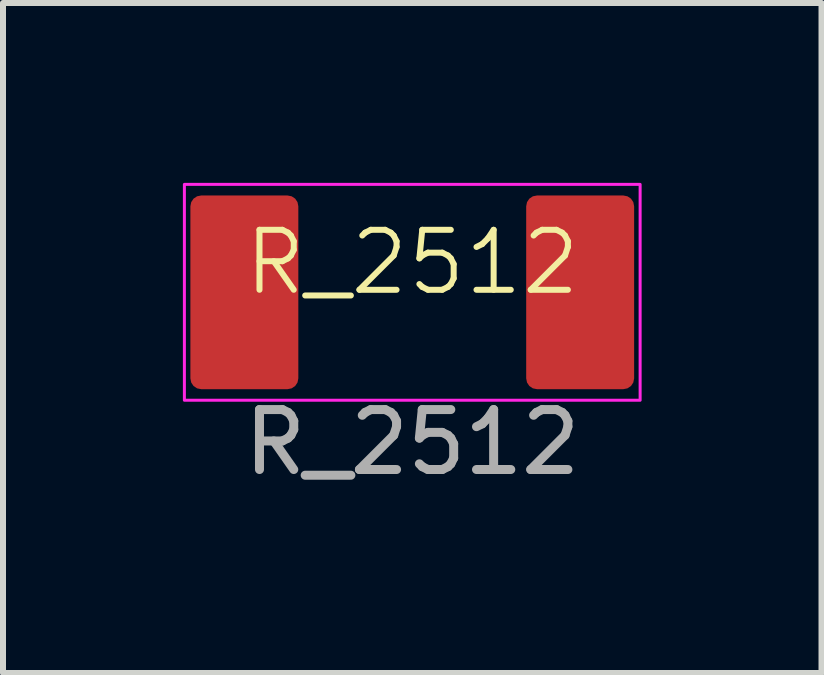
<source format=kicad_pcb>
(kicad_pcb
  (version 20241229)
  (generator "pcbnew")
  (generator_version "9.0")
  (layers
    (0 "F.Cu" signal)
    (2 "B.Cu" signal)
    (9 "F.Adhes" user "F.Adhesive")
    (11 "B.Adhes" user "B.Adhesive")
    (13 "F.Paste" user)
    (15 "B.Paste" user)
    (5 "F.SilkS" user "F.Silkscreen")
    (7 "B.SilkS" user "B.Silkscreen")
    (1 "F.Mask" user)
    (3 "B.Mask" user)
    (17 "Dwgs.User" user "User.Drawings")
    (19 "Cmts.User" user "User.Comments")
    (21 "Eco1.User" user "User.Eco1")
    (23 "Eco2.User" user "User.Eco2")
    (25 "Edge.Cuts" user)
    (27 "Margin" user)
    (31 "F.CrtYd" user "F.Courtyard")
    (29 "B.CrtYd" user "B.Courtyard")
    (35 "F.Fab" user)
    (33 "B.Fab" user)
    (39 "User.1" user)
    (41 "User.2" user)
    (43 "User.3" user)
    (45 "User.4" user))
  (footprint "R_2512"
    (layer "F.Cu")
    (at 3.825 1.825)
    (property "Reference" "R_2512" (at 0 -0.5 0) (unlocked yes) (layer "F.SilkS") (effects (font (size 1 1) (thickness 0.1))))
    (attr smd)
    (fp_rect (start -3.8 -1.8) (end 3.8 1.8) (stroke (width 0.05) (type default)) (fill no) (layer "F.CrtYd"))
    (fp_text user "${REFERENCE}" (at 0 2.5 0) (unlocked yes) (layer "F.Fab") (effects (font (size 1 1) (thickness 0.15))))
    (pad "1" smd roundrect (at -2.8 0) (size 1.8 3.23) (layers "F.Cu" "F.Mask" "F.Paste") (roundrect_rratio 0.1))
    (pad "2" smd roundrect (at 2.8 0) (size 1.8 3.23) (layers "F.Cu" "F.Mask" "F.Paste") (roundrect_rratio 0.1)))
  (gr_rect
    (start -3 -3)
    (end 10.65 8.173)
    (stroke (width 0.1) (type default))
    (fill no)
    (layer "Edge.Cuts")))
</source>
